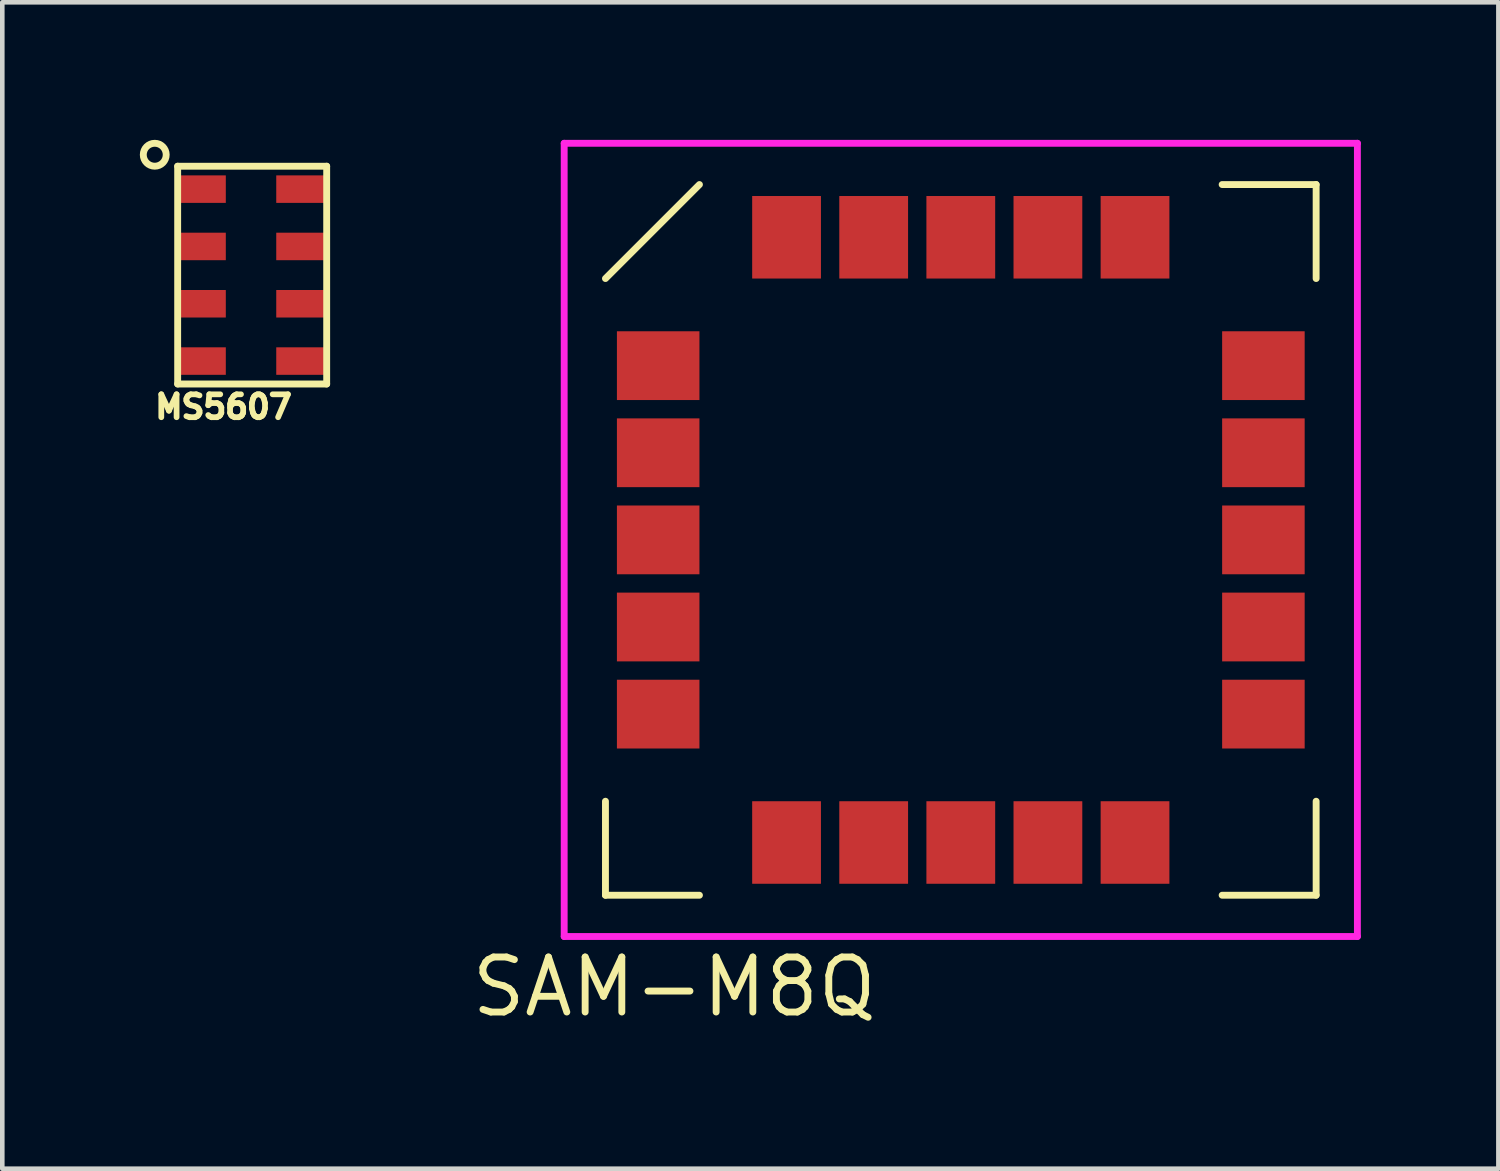
<source format=kicad_pcb>
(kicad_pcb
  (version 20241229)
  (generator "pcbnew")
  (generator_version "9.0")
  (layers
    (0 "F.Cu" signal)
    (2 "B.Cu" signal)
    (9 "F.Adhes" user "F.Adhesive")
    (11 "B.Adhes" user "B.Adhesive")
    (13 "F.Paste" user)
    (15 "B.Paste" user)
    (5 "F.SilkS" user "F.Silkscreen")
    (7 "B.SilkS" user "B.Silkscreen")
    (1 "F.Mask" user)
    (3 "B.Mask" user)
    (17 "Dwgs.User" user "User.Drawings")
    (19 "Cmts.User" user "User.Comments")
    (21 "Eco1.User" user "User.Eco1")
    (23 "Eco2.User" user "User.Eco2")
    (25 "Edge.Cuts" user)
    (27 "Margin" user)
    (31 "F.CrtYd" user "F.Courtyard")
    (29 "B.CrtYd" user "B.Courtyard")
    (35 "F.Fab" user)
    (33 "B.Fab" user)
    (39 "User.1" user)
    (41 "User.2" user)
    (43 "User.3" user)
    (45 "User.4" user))
  (footprint "MS5607"
    (layer "F.Cu")
    (at 1.325 1.075)
    (property "Reference" "MS5607" (at 0.5 4.75 0) (layer "F.SilkS") (effects (font (size 0.5 0.5) (thickness 0.125))))
    (attr through_hole)
    (fp_line (start -0.5 -0.5) (end 2.75 -0.5) (stroke (width 0.15) (type solid)) (layer "F.SilkS"))
    (fp_line (start -0.5 4.25) (end -0.5 -0.5) (stroke (width 0.15) (type solid)) (layer "F.SilkS"))
    (fp_line (start 2.75 -0.5) (end 2.75 4.25) (stroke (width 0.15) (type solid)) (layer "F.SilkS"))
    (fp_line (start 2.75 4.25) (end -0.5 4.25) (stroke (width 0.15) (type solid)) (layer "F.SilkS"))
    (fp_circle (center -1 -0.75) (end -0.75 -0.75) (stroke (width 0.15) (type solid)) (fill no) (layer "F.SilkS"))
    (pad "1" smd rect (at 0 0) (size 1.1 0.6) (layers "F.Cu" "F.Mask" "F.Paste"))
    (pad "2" smd rect (at 0 1.25) (size 1.1 0.6) (layers "F.Cu" "F.Mask" "F.Paste"))
    (pad "3" smd rect (at 0 2.5) (size 1.1 0.6) (layers "F.Cu" "F.Mask" "F.Paste"))
    (pad "4" smd rect (at 0 3.75) (size 1.1 0.6) (layers "F.Cu" "F.Mask" "F.Paste"))
    (pad "5" smd rect (at 2.2 3.75) (size 1.1 0.6) (layers "F.Cu" "F.Mask" "F.Paste"))
    (pad "6" smd rect (at 2.2 2.5) (size 1.1 0.6) (layers "F.Cu" "F.Mask" "F.Paste"))
    (pad "7" smd rect (at 2.2 1.25) (size 1.1 0.6) (layers "F.Cu" "F.Mask" "F.Paste"))
    (pad "8" smd rect (at 2.2 0) (size 1.1 0.6) (layers "F.Cu" "F.Mask" "F.Paste")))
  (footprint "SAM-M8Q"
    (layer "F.Cu")
    (at 17.905 8.725)
    (property "Reference" "SAM-M8Q" (at -6.25 9.75 0) (layer "F.SilkS") (effects (font (size 1.2 1.2) (thickness 0.15))))
    (attr through_hole)
    (fp_line (start -7.75 -5.7) (end -5.7 -7.75) (stroke (width 0.15) (type solid)) (layer "F.SilkS"))
    (fp_line (start -7.75 7.75) (end -7.75 5.7) (stroke (width 0.15) (type solid)) (layer "F.SilkS"))
    (fp_line (start -5.7 7.75) (end -7.75 7.75) (stroke (width 0.15) (type solid)) (layer "F.SilkS"))
    (fp_line (start 5.7 -7.75) (end 7.75 -7.75) (stroke (width 0.15) (type solid)) (layer "F.SilkS"))
    (fp_line (start 5.7 7.75) (end 7.75 7.75) (stroke (width 0.15) (type solid)) (layer "F.SilkS"))
    (fp_line (start 7.75 -7.75) (end 7.75 -5.7) (stroke (width 0.15) (type solid)) (layer "F.SilkS"))
    (fp_line (start 7.75 7.75) (end 7.75 5.7) (stroke (width 0.15) (type solid)) (layer "F.SilkS"))
    (fp_line (start -8.65 -8.65) (end 8.65 -8.65) (stroke (width 0.15) (type solid)) (layer "F.CrtYd"))
    (fp_line (start -8.65 8.65) (end -8.65 -8.65) (stroke (width 0.15) (type solid)) (layer "F.CrtYd"))
    (fp_line (start 8.65 -8.65) (end 8.65 8.65) (stroke (width 0.15) (type solid)) (layer "F.CrtYd"))
    (fp_line (start 8.65 8.65) (end -8.65 8.65) (stroke (width 0.15) (type solid)) (layer "F.CrtYd"))
    (pad "1" smd rect (at -6.6 -3.8 90) (size 1.5 1.8) (layers "F.Cu" "F.Mask" "F.Paste"))
    (pad "2" smd rect (at -6.6 -1.9 90) (size 1.5 1.8) (layers "F.Cu" "F.Mask" "F.Paste"))
    (pad "3" smd rect (at -6.6 0 90) (size 1.5 1.8) (layers "F.Cu" "F.Mask" "F.Paste"))
    (pad "4" smd rect (at -6.6 1.9 90) (size 1.5 1.8) (layers "F.Cu" "F.Mask" "F.Paste"))
    (pad "5" smd rect (at -6.6 3.8 90) (size 1.5 1.8) (layers "F.Cu" "F.Mask" "F.Paste"))
    (pad "6" smd rect (at -3.8 6.6) (size 1.5 1.8) (layers "F.Cu" "F.Mask" "F.Paste"))
    (pad "7" smd rect (at -1.9 6.6) (size 1.5 1.8) (layers "F.Cu" "F.Mask" "F.Paste"))
    (pad "8" smd rect (at 0 6.6) (size 1.5 1.8) (layers "F.Cu" "F.Mask" "F.Paste"))
    (pad "9" smd rect (at 1.9 6.6) (size 1.5 1.8) (layers "F.Cu" "F.Mask" "F.Paste"))
    (pad "10" smd rect (at 3.8 6.6) (size 1.5 1.8) (layers "F.Cu" "F.Mask" "F.Paste"))
    (pad "11" smd rect (at 6.6 3.8 90) (size 1.5 1.8) (layers "F.Cu" "F.Mask" "F.Paste"))
    (pad "12" smd rect (at 6.6 1.9 90) (size 1.5 1.8) (layers "F.Cu" "F.Mask" "F.Paste"))
    (pad "13" smd rect (at 6.6 0 90) (size 1.5 1.8) (layers "F.Cu" "F.Mask" "F.Paste"))
    (pad "14" smd rect (at 6.6 -1.9 90) (size 1.5 1.8) (layers "F.Cu" "F.Mask" "F.Paste"))
    (pad "15" smd rect (at 6.6 -3.8 90) (size 1.5 1.8) (layers "F.Cu" "F.Mask" "F.Paste"))
    (pad "16" smd rect (at 3.8 -6.6) (size 1.5 1.8) (layers "F.Cu" "F.Mask" "F.Paste"))
    (pad "17" smd rect (at 1.9 -6.6) (size 1.5 1.8) (layers "F.Cu" "F.Mask" "F.Paste"))
    (pad "18" smd rect (at 0 -6.6) (size 1.5 1.8) (layers "F.Cu" "F.Mask" "F.Paste"))
    (pad "19" smd rect (at -1.9 -6.6) (size 1.5 1.8) (layers "F.Cu" "F.Mask" "F.Paste"))
    (pad "20" smd rect (at -3.8 -6.6) (size 1.5 1.8) (layers "F.Cu" "F.Mask" "F.Paste")))
  (gr_rect
    (start -3 -3)
    (end 29.63 22.44)
    (stroke (width 0.1) (type default))
    (fill no)
    (layer "Edge.Cuts")))
</source>
